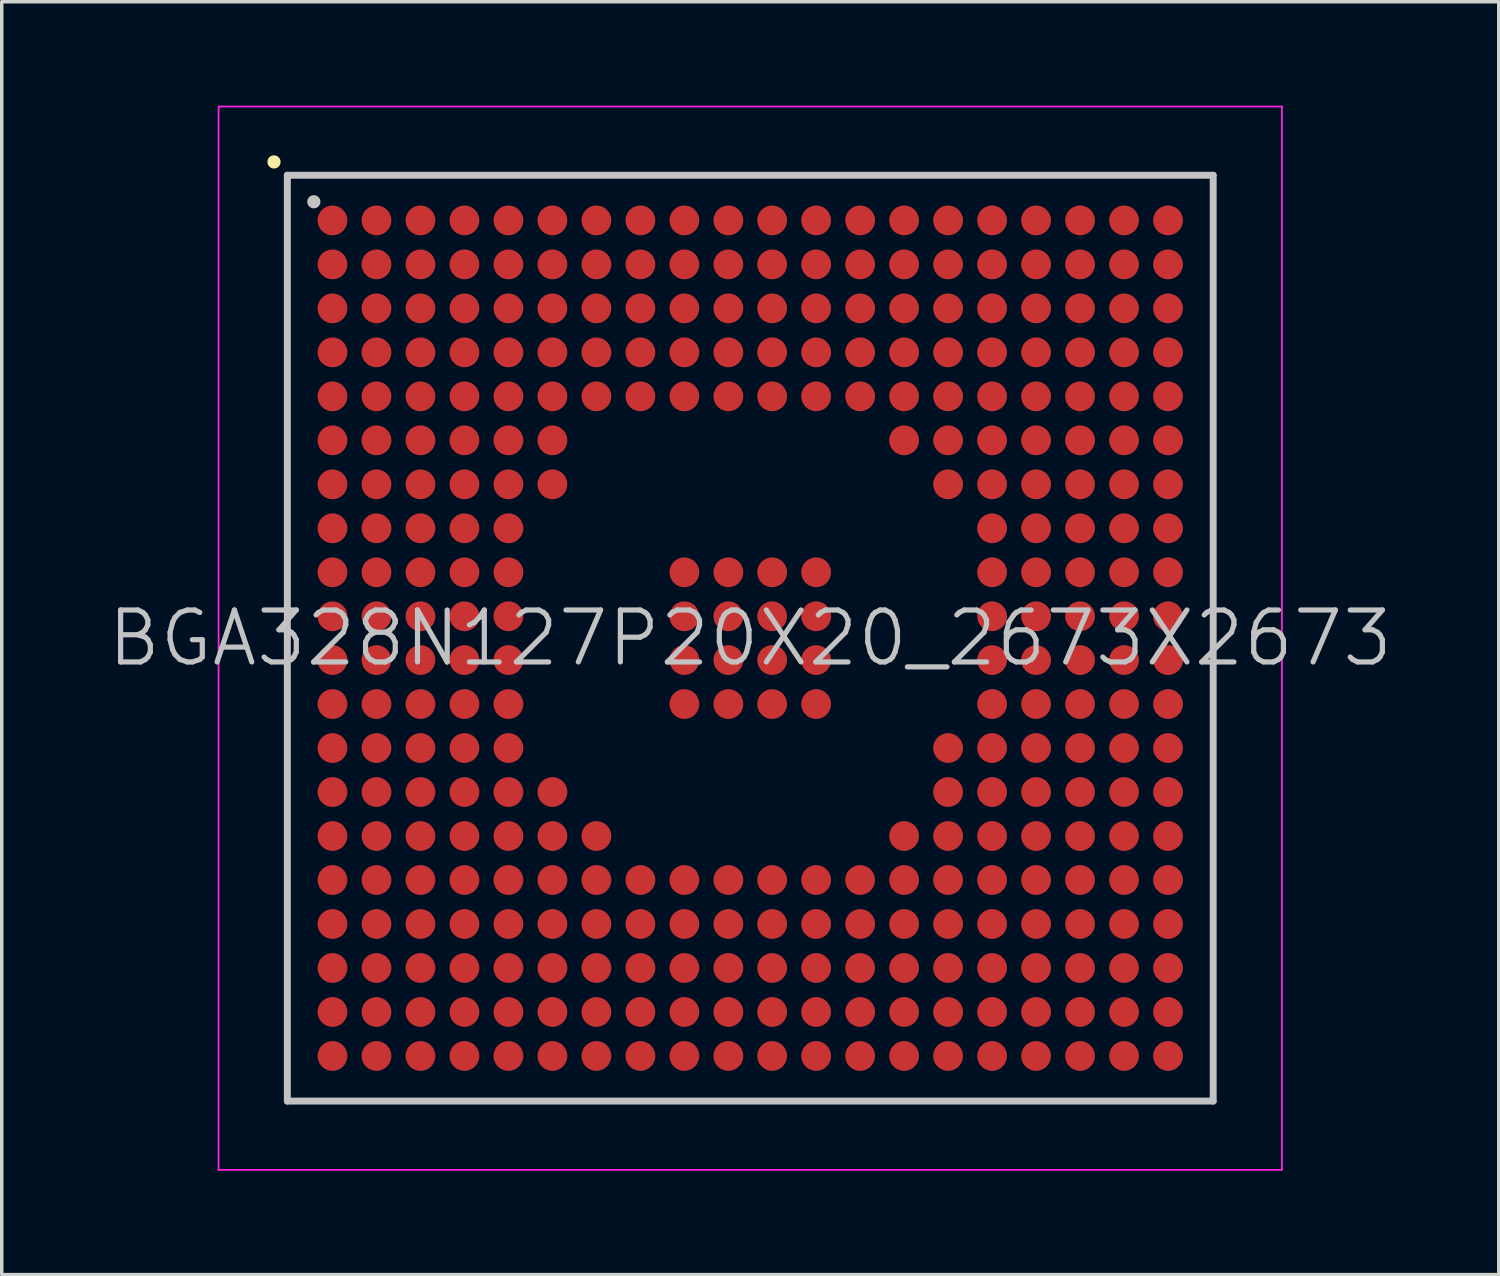
<source format=kicad_pcb>
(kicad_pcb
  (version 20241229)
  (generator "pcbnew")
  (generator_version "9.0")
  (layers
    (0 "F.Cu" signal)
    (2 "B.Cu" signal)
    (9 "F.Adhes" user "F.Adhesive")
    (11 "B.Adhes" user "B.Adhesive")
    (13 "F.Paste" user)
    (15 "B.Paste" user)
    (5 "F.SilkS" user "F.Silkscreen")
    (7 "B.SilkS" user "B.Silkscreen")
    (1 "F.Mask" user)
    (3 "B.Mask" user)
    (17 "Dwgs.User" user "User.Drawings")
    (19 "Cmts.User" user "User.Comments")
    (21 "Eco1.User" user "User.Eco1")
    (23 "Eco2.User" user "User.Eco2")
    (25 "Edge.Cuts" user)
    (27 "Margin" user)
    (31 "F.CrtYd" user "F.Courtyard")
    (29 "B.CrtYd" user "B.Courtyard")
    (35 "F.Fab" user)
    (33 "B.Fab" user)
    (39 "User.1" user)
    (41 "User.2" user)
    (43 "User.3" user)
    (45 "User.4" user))
  (footprint "BGA328N127P20X20_2673X2673"
    (layer "F.Cu")
    (at 18.611 15.375)
    (property "Reference" "BGA328N127P20X20_2673X2673" (at 0 0 0) (layer "Dwgs.User") (effects (font (size 1.5 1.5) (thickness 0.15))))
    (attr smd)
    (fp_line (start -13.75 -13.75) (end -13.75 -13.75) (stroke (width 0.381) (type solid)) (layer "F.SilkS"))
    (fp_line (start -13.365 -13.365) (end -13.365 13.365) (stroke (width 0.2) (type solid)) (layer "Dwgs.User"))
    (fp_line (start -13.365 -13.365) (end 13.365 -13.365) (stroke (width 0.2) (type solid)) (layer "Dwgs.User"))
    (fp_line (start -13.365 13.365) (end 13.365 13.365) (stroke (width 0.2) (type solid)) (layer "Dwgs.User"))
    (fp_line (start -12.6 -12.6) (end -12.6 -12.6) (stroke (width 0.381) (type solid)) (layer "Dwgs.User"))
    (fp_line (start 13.365 -13.365) (end 13.365 13.365) (stroke (width 0.2) (type solid)) (layer "Dwgs.User"))
    (fp_line (start -15.35 -15.35) (end -15.35 15.35) (stroke (width 0.05) (type solid)) (layer "F.CrtYd"))
    (fp_line (start -15.35 -15.35) (end 15.35 -15.35) (stroke (width 0.05) (type solid)) (layer "F.CrtYd"))
    (fp_line (start -15.35 15.35) (end 15.35 15.35) (stroke (width 0.05) (type solid)) (layer "F.CrtYd"))
    (fp_line (start 15.35 -15.35) (end 15.35 15.35) (stroke (width 0.05) (type solid)) (layer "F.CrtYd"))
    (pad "A1" smd circle (at -12.062 -12.062 270) (size 0.86 0.86) (layers "F.Cu" "F.Mask" "F.Paste"))
    (pad "A2" smd circle (at -10.792 -12.062 270) (size 0.86 0.86) (layers "F.Cu" "F.Mask" "F.Paste"))
    (pad "A3" smd circle (at -9.522 -12.062 270) (size 0.86 0.86) (layers "F.Cu" "F.Mask" "F.Paste"))
    (pad "A4" smd circle (at -8.252 -12.062 270) (size 0.86 0.86) (layers "F.Cu" "F.Mask" "F.Paste"))
    (pad "A5" smd circle (at -6.982 -12.062 270) (size 0.86 0.86) (layers "F.Cu" "F.Mask" "F.Paste"))
    (pad "A6" smd circle (at -5.712 -12.062 270) (size 0.86 0.86) (layers "F.Cu" "F.Mask" "F.Paste"))
    (pad "A7" smd circle (at -4.442 -12.062 270) (size 0.86 0.86) (layers "F.Cu" "F.Mask" "F.Paste"))
    (pad "A8" smd circle (at -3.172 -12.062 270) (size 0.86 0.86) (layers "F.Cu" "F.Mask" "F.Paste"))
    (pad "A9" smd circle (at -1.902 -12.062 270) (size 0.86 0.86) (layers "F.Cu" "F.Mask" "F.Paste"))
    (pad "A10" smd circle (at -0.632 -12.062 270) (size 0.86 0.86) (layers "F.Cu" "F.Mask" "F.Paste"))
    (pad "A11" smd circle (at 0.632 -12.062 270) (size 0.86 0.86) (layers "F.Cu" "F.Mask" "F.Paste"))
    (pad "A12" smd circle (at 1.902 -12.062 270) (size 0.86 0.86) (layers "F.Cu" "F.Mask" "F.Paste"))
    (pad "A13" smd circle (at 3.172 -12.062 270) (size 0.86 0.86) (layers "F.Cu" "F.Mask" "F.Paste"))
    (pad "A14" smd circle (at 4.442 -12.062 270) (size 0.86 0.86) (layers "F.Cu" "F.Mask" "F.Paste"))
    (pad "A15" smd circle (at 5.712 -12.062 270) (size 0.86 0.86) (layers "F.Cu" "F.Mask" "F.Paste"))
    (pad "A16" smd circle (at 6.982 -12.062 270) (size 0.86 0.86) (layers "F.Cu" "F.Mask" "F.Paste"))
    (pad "A17" smd circle (at 8.252 -12.062 270) (size 0.86 0.86) (layers "F.Cu" "F.Mask" "F.Paste"))
    (pad "A18" smd circle (at 9.522 -12.062 270) (size 0.86 0.86) (layers "F.Cu" "F.Mask" "F.Paste"))
    (pad "A19" smd circle (at 10.792 -12.062 270) (size 0.86 0.86) (layers "F.Cu" "F.Mask" "F.Paste"))
    (pad "A20" smd circle (at 12.062 -12.062 270) (size 0.86 0.86) (layers "F.Cu" "F.Mask" "F.Paste"))
    (pad "B1" smd circle (at -12.062 -10.792 270) (size 0.86 0.86) (layers "F.Cu" "F.Mask" "F.Paste"))
    (pad "B2" smd circle (at -10.792 -10.792 270) (size 0.86 0.86) (layers "F.Cu" "F.Mask" "F.Paste"))
    (pad "B3" smd circle (at -9.522 -10.792 270) (size 0.86 0.86) (layers "F.Cu" "F.Mask" "F.Paste"))
    (pad "B4" smd circle (at -8.252 -10.792 270) (size 0.86 0.86) (layers "F.Cu" "F.Mask" "F.Paste"))
    (pad "B5" smd circle (at -6.982 -10.792 270) (size 0.86 0.86) (layers "F.Cu" "F.Mask" "F.Paste"))
    (pad "B6" smd circle (at -5.712 -10.792 270) (size 0.86 0.86) (layers "F.Cu" "F.Mask" "F.Paste"))
    (pad "B7" smd circle (at -4.442 -10.792 270) (size 0.86 0.86) (layers "F.Cu" "F.Mask" "F.Paste"))
    (pad "B8" smd circle (at -3.172 -10.792 270) (size 0.86 0.86) (layers "F.Cu" "F.Mask" "F.Paste"))
    (pad "B9" smd circle (at -1.902 -10.792 270) (size 0.86 0.86) (layers "F.Cu" "F.Mask" "F.Paste"))
    (pad "B10" smd circle (at -0.632 -10.792 270) (size 0.86 0.86) (layers "F.Cu" "F.Mask" "F.Paste"))
    (pad "B11" smd circle (at 0.632 -10.792 270) (size 0.86 0.86) (layers "F.Cu" "F.Mask" "F.Paste"))
    (pad "B12" smd circle (at 1.902 -10.792 270) (size 0.86 0.86) (layers "F.Cu" "F.Mask" "F.Paste"))
    (pad "B13" smd circle (at 3.172 -10.792 270) (size 0.86 0.86) (layers "F.Cu" "F.Mask" "F.Paste"))
    (pad "B14" smd circle (at 4.442 -10.792 270) (size 0.86 0.86) (layers "F.Cu" "F.Mask" "F.Paste"))
    (pad "B15" smd circle (at 5.712 -10.792 270) (size 0.86 0.86) (layers "F.Cu" "F.Mask" "F.Paste"))
    (pad "B16" smd circle (at 6.982 -10.792 270) (size 0.86 0.86) (layers "F.Cu" "F.Mask" "F.Paste"))
    (pad "B17" smd circle (at 8.252 -10.792 270) (size 0.86 0.86) (layers "F.Cu" "F.Mask" "F.Paste"))
    (pad "B18" smd circle (at 9.522 -10.792 270) (size 0.86 0.86) (layers "F.Cu" "F.Mask" "F.Paste"))
    (pad "B19" smd circle (at 10.792 -10.792 270) (size 0.86 0.86) (layers "F.Cu" "F.Mask" "F.Paste"))
    (pad "B20" smd circle (at 12.062 -10.792 270) (size 0.86 0.86) (layers "F.Cu" "F.Mask" "F.Paste"))
    (pad "C1" smd circle (at -12.062 -9.522 270) (size 0.86 0.86) (layers "F.Cu" "F.Mask" "F.Paste"))
    (pad "C2" smd circle (at -10.792 -9.522 270) (size 0.86 0.86) (layers "F.Cu" "F.Mask" "F.Paste"))
    (pad "C3" smd circle (at -9.522 -9.522 270) (size 0.86 0.86) (layers "F.Cu" "F.Mask" "F.Paste"))
    (pad "C4" smd circle (at -8.252 -9.522 270) (size 0.86 0.86) (layers "F.Cu" "F.Mask" "F.Paste"))
    (pad "C5" smd circle (at -6.982 -9.522 270) (size 0.86 0.86) (layers "F.Cu" "F.Mask" "F.Paste"))
    (pad "C6" smd circle (at -5.712 -9.522 270) (size 0.86 0.86) (layers "F.Cu" "F.Mask" "F.Paste"))
    (pad "C7" smd circle (at -4.442 -9.522 270) (size 0.86 0.86) (layers "F.Cu" "F.Mask" "F.Paste"))
    (pad "C8" smd circle (at -3.172 -9.522 270) (size 0.86 0.86) (layers "F.Cu" "F.Mask" "F.Paste"))
    (pad "C9" smd circle (at -1.902 -9.522 270) (size 0.86 0.86) (layers "F.Cu" "F.Mask" "F.Paste"))
    (pad "C10" smd circle (at -0.632 -9.522 270) (size 0.86 0.86) (layers "F.Cu" "F.Mask" "F.Paste"))
    (pad "C11" smd circle (at 0.632 -9.522 270) (size 0.86 0.86) (layers "F.Cu" "F.Mask" "F.Paste"))
    (pad "C12" smd circle (at 1.902 -9.522 270) (size 0.86 0.86) (layers "F.Cu" "F.Mask" "F.Paste"))
    (pad "C13" smd circle (at 3.172 -9.522 270) (size 0.86 0.86) (layers "F.Cu" "F.Mask" "F.Paste"))
    (pad "C14" smd circle (at 4.442 -9.522 270) (size 0.86 0.86) (layers "F.Cu" "F.Mask" "F.Paste"))
    (pad "C15" smd circle (at 5.712 -9.522 270) (size 0.86 0.86) (layers "F.Cu" "F.Mask" "F.Paste"))
    (pad "C16" smd circle (at 6.982 -9.522 270) (size 0.86 0.86) (layers "F.Cu" "F.Mask" "F.Paste"))
    (pad "C17" smd circle (at 8.252 -9.522 270) (size 0.86 0.86) (layers "F.Cu" "F.Mask" "F.Paste"))
    (pad "C18" smd circle (at 9.522 -9.522 270) (size 0.86 0.86) (layers "F.Cu" "F.Mask" "F.Paste"))
    (pad "C19" smd circle (at 10.792 -9.522 270) (size 0.86 0.86) (layers "F.Cu" "F.Mask" "F.Paste"))
    (pad "C20" smd circle (at 12.062 -9.522 270) (size 0.86 0.86) (layers "F.Cu" "F.Mask" "F.Paste"))
    (pad "D1" smd circle (at -12.062 -8.252 270) (size 0.86 0.86) (layers "F.Cu" "F.Mask" "F.Paste"))
    (pad "D2" smd circle (at -10.792 -8.252 270) (size 0.86 0.86) (layers "F.Cu" "F.Mask" "F.Paste"))
    (pad "D3" smd circle (at -9.522 -8.252 270) (size 0.86 0.86) (layers "F.Cu" "F.Mask" "F.Paste"))
    (pad "D4" smd circle (at -8.252 -8.252 270) (size 0.86 0.86) (layers "F.Cu" "F.Mask" "F.Paste"))
    (pad "D5" smd circle (at -6.982 -8.252 270) (size 0.86 0.86) (layers "F.Cu" "F.Mask" "F.Paste"))
    (pad "D6" smd circle (at -5.712 -8.252 270) (size 0.86 0.86) (layers "F.Cu" "F.Mask" "F.Paste"))
    (pad "D7" smd circle (at -4.442 -8.252 270) (size 0.86 0.86) (layers "F.Cu" "F.Mask" "F.Paste"))
    (pad "D8" smd circle (at -3.172 -8.252 270) (size 0.86 0.86) (layers "F.Cu" "F.Mask" "F.Paste"))
    (pad "D9" smd circle (at -1.902 -8.252 270) (size 0.86 0.86) (layers "F.Cu" "F.Mask" "F.Paste"))
    (pad "D10" smd circle (at -0.632 -8.252 270) (size 0.86 0.86) (layers "F.Cu" "F.Mask" "F.Paste"))
    (pad "D11" smd circle (at 0.632 -8.252 270) (size 0.86 0.86) (layers "F.Cu" "F.Mask" "F.Paste"))
    (pad "D12" smd circle (at 1.902 -8.252 270) (size 0.86 0.86) (layers "F.Cu" "F.Mask" "F.Paste"))
    (pad "D13" smd circle (at 3.172 -8.252 270) (size 0.86 0.86) (layers "F.Cu" "F.Mask" "F.Paste"))
    (pad "D14" smd circle (at 4.442 -8.252 270) (size 0.86 0.86) (layers "F.Cu" "F.Mask" "F.Paste"))
    (pad "D15" smd circle (at 5.712 -8.252 270) (size 0.86 0.86) (layers "F.Cu" "F.Mask" "F.Paste"))
    (pad "D16" smd circle (at 6.982 -8.252 270) (size 0.86 0.86) (layers "F.Cu" "F.Mask" "F.Paste"))
    (pad "D17" smd circle (at 8.252 -8.252 270) (size 0.86 0.86) (layers "F.Cu" "F.Mask" "F.Paste"))
    (pad "D18" smd circle (at 9.522 -8.252 270) (size 0.86 0.86) (layers "F.Cu" "F.Mask" "F.Paste"))
    (pad "D19" smd circle (at 10.792 -8.252 270) (size 0.86 0.86) (layers "F.Cu" "F.Mask" "F.Paste"))
    (pad "D20" smd circle (at 12.062 -8.252 270) (size 0.86 0.86) (layers "F.Cu" "F.Mask" "F.Paste"))
    (pad "E1" smd circle (at -12.062 -6.982 270) (size 0.86 0.86) (layers "F.Cu" "F.Mask" "F.Paste"))
    (pad "E2" smd circle (at -10.792 -6.982 270) (size 0.86 0.86) (layers "F.Cu" "F.Mask" "F.Paste"))
    (pad "E3" smd circle (at -9.522 -6.982 270) (size 0.86 0.86) (layers "F.Cu" "F.Mask" "F.Paste"))
    (pad "E4" smd circle (at -8.252 -6.982 270) (size 0.86 0.86) (layers "F.Cu" "F.Mask" "F.Paste"))
    (pad "E5" smd circle (at -6.982 -6.982 270) (size 0.86 0.86) (layers "F.Cu" "F.Mask" "F.Paste"))
    (pad "E6" smd circle (at -5.712 -6.982 270) (size 0.86 0.86) (layers "F.Cu" "F.Mask" "F.Paste"))
    (pad "E7" smd circle (at -4.442 -6.982 270) (size 0.86 0.86) (layers "F.Cu" "F.Mask" "F.Paste"))
    (pad "E8" smd circle (at -3.172 -6.982 270) (size 0.86 0.86) (layers "F.Cu" "F.Mask" "F.Paste"))
    (pad "E9" smd circle (at -1.902 -6.982 270) (size 0.86 0.86) (layers "F.Cu" "F.Mask" "F.Paste"))
    (pad "E10" smd circle (at -0.632 -6.982 270) (size 0.86 0.86) (layers "F.Cu" "F.Mask" "F.Paste"))
    (pad "E11" smd circle (at 0.632 -6.982 270) (size 0.86 0.86) (layers "F.Cu" "F.Mask" "F.Paste"))
    (pad "E12" smd circle (at 1.902 -6.982 270) (size 0.86 0.86) (layers "F.Cu" "F.Mask" "F.Paste"))
    (pad "E13" smd circle (at 3.172 -6.982 270) (size 0.86 0.86) (layers "F.Cu" "F.Mask" "F.Paste"))
    (pad "E14" smd circle (at 4.442 -6.982 270) (size 0.86 0.86) (layers "F.Cu" "F.Mask" "F.Paste"))
    (pad "E15" smd circle (at 5.712 -6.982 270) (size 0.86 0.86) (layers "F.Cu" "F.Mask" "F.Paste"))
    (pad "E16" smd circle (at 6.982 -6.982 270) (size 0.86 0.86) (layers "F.Cu" "F.Mask" "F.Paste"))
    (pad "E17" smd circle (at 8.252 -6.982 270) (size 0.86 0.86) (layers "F.Cu" "F.Mask" "F.Paste"))
    (pad "E18" smd circle (at 9.522 -6.982 270) (size 0.86 0.86) (layers "F.Cu" "F.Mask" "F.Paste"))
    (pad "E19" smd circle (at 10.792 -6.982 270) (size 0.86 0.86) (layers "F.Cu" "F.Mask" "F.Paste"))
    (pad "E20" smd circle (at 12.062 -6.982 270) (size 0.86 0.86) (layers "F.Cu" "F.Mask" "F.Paste"))
    (pad "F1" smd circle (at -12.062 -5.712 270) (size 0.86 0.86) (layers "F.Cu" "F.Mask" "F.Paste"))
    (pad "F2" smd circle (at -10.792 -5.712 270) (size 0.86 0.86) (layers "F.Cu" "F.Mask" "F.Paste"))
    (pad "F3" smd circle (at -9.522 -5.712 270) (size 0.86 0.86) (layers "F.Cu" "F.Mask" "F.Paste"))
    (pad "F4" smd circle (at -8.252 -5.712 270) (size 0.86 0.86) (layers "F.Cu" "F.Mask" "F.Paste"))
    (pad "F5" smd circle (at -6.982 -5.712 270) (size 0.86 0.86) (layers "F.Cu" "F.Mask" "F.Paste"))
    (pad "F6" smd circle (at -5.712 -5.712 270) (size 0.86 0.86) (layers "F.Cu" "F.Mask" "F.Paste"))
    (pad "F14" smd circle (at 4.442 -5.712 270) (size 0.86 0.86) (layers "F.Cu" "F.Mask" "F.Paste"))
    (pad "F15" smd circle (at 5.712 -5.712 270) (size 0.86 0.86) (layers "F.Cu" "F.Mask" "F.Paste"))
    (pad "F16" smd circle (at 6.982 -5.712 270) (size 0.86 0.86) (layers "F.Cu" "F.Mask" "F.Paste"))
    (pad "F17" smd circle (at 8.252 -5.712 270) (size 0.86 0.86) (layers "F.Cu" "F.Mask" "F.Paste"))
    (pad "F18" smd circle (at 9.522 -5.712 270) (size 0.86 0.86) (layers "F.Cu" "F.Mask" "F.Paste"))
    (pad "F19" smd circle (at 10.792 -5.712 270) (size 0.86 0.86) (layers "F.Cu" "F.Mask" "F.Paste"))
    (pad "F20" smd circle (at 12.062 -5.712 270) (size 0.86 0.86) (layers "F.Cu" "F.Mask" "F.Paste"))
    (pad "G1" smd circle (at -12.062 -4.442 270) (size 0.86 0.86) (layers "F.Cu" "F.Mask" "F.Paste"))
    (pad "G2" smd circle (at -10.792 -4.442 270) (size 0.86 0.86) (layers "F.Cu" "F.Mask" "F.Paste"))
    (pad "G3" smd circle (at -9.522 -4.442 270) (size 0.86 0.86) (layers "F.Cu" "F.Mask" "F.Paste"))
    (pad "G4" smd circle (at -8.252 -4.442 270) (size 0.86 0.86) (layers "F.Cu" "F.Mask" "F.Paste"))
    (pad "G5" smd circle (at -6.982 -4.442 270) (size 0.86 0.86) (layers "F.Cu" "F.Mask" "F.Paste"))
    (pad "G6" smd circle (at -5.712 -4.442 270) (size 0.86 0.86) (layers "F.Cu" "F.Mask" "F.Paste"))
    (pad "G15" smd circle (at 5.712 -4.442 270) (size 0.86 0.86) (layers "F.Cu" "F.Mask" "F.Paste"))
    (pad "G16" smd circle (at 6.982 -4.442 270) (size 0.86 0.86) (layers "F.Cu" "F.Mask" "F.Paste"))
    (pad "G17" smd circle (at 8.252 -4.442 270) (size 0.86 0.86) (layers "F.Cu" "F.Mask" "F.Paste"))
    (pad "G18" smd circle (at 9.522 -4.442 270) (size 0.86 0.86) (layers "F.Cu" "F.Mask" "F.Paste"))
    (pad "G19" smd circle (at 10.792 -4.442 270) (size 0.86 0.86) (layers "F.Cu" "F.Mask" "F.Paste"))
    (pad "G20" smd circle (at 12.062 -4.442 270) (size 0.86 0.86) (layers "F.Cu" "F.Mask" "F.Paste"))
    (pad "H1" smd circle (at -12.062 -3.172 270) (size 0.86 0.86) (layers "F.Cu" "F.Mask" "F.Paste"))
    (pad "H2" smd circle (at -10.792 -3.172 270) (size 0.86 0.86) (layers "F.Cu" "F.Mask" "F.Paste"))
    (pad "H3" smd circle (at -9.522 -3.172 270) (size 0.86 0.86) (layers "F.Cu" "F.Mask" "F.Paste"))
    (pad "H4" smd circle (at -8.252 -3.172 270) (size 0.86 0.86) (layers "F.Cu" "F.Mask" "F.Paste"))
    (pad "H5" smd circle (at -6.982 -3.172 270) (size 0.86 0.86) (layers "F.Cu" "F.Mask" "F.Paste"))
    (pad "H16" smd circle (at 6.982 -3.172 270) (size 0.86 0.86) (layers "F.Cu" "F.Mask" "F.Paste"))
    (pad "H17" smd circle (at 8.252 -3.172 270) (size 0.86 0.86) (layers "F.Cu" "F.Mask" "F.Paste"))
    (pad "H18" smd circle (at 9.522 -3.172 270) (size 0.86 0.86) (layers "F.Cu" "F.Mask" "F.Paste"))
    (pad "H19" smd circle (at 10.792 -3.172 270) (size 0.86 0.86) (layers "F.Cu" "F.Mask" "F.Paste"))
    (pad "H20" smd circle (at 12.062 -3.172 270) (size 0.86 0.86) (layers "F.Cu" "F.Mask" "F.Paste"))
    (pad "J1" smd circle (at -12.062 -1.902 270) (size 0.86 0.86) (layers "F.Cu" "F.Mask" "F.Paste"))
    (pad "J2" smd circle (at -10.792 -1.902 270) (size 0.86 0.86) (layers "F.Cu" "F.Mask" "F.Paste"))
    (pad "J3" smd circle (at -9.522 -1.902 270) (size 0.86 0.86) (layers "F.Cu" "F.Mask" "F.Paste"))
    (pad "J4" smd circle (at -8.252 -1.902 270) (size 0.86 0.86) (layers "F.Cu" "F.Mask" "F.Paste"))
    (pad "J5" smd circle (at -6.982 -1.902 270) (size 0.86 0.86) (layers "F.Cu" "F.Mask" "F.Paste"))
    (pad "J9" smd circle (at -1.902 -1.902 270) (size 0.86 0.86) (layers "F.Cu" "F.Mask" "F.Paste"))
    (pad "J10" smd circle (at -0.632 -1.902 270) (size 0.86 0.86) (layers "F.Cu" "F.Mask" "F.Paste"))
    (pad "J11" smd circle (at 0.632 -1.902 270) (size 0.86 0.86) (layers "F.Cu" "F.Mask" "F.Paste"))
    (pad "J12" smd circle (at 1.902 -1.902 270) (size 0.86 0.86) (layers "F.Cu" "F.Mask" "F.Paste"))
    (pad "J16" smd circle (at 6.982 -1.902 270) (size 0.86 0.86) (layers "F.Cu" "F.Mask" "F.Paste"))
    (pad "J17" smd circle (at 8.252 -1.902 270) (size 0.86 0.86) (layers "F.Cu" "F.Mask" "F.Paste"))
    (pad "J18" smd circle (at 9.522 -1.902 270) (size 0.86 0.86) (layers "F.Cu" "F.Mask" "F.Paste"))
    (pad "J19" smd circle (at 10.792 -1.902 270) (size 0.86 0.86) (layers "F.Cu" "F.Mask" "F.Paste"))
    (pad "J20" smd circle (at 12.062 -1.902 270) (size 0.86 0.86) (layers "F.Cu" "F.Mask" "F.Paste"))
    (pad "K1" smd circle (at -12.062 -0.632 270) (size 0.86 0.86) (layers "F.Cu" "F.Mask" "F.Paste"))
    (pad "K2" smd circle (at -10.792 -0.632 270) (size 0.86 0.86) (layers "F.Cu" "F.Mask" "F.Paste"))
    (pad "K3" smd circle (at -9.522 -0.632 270) (size 0.86 0.86) (layers "F.Cu" "F.Mask" "F.Paste"))
    (pad "K4" smd circle (at -8.252 -0.632 270) (size 0.86 0.86) (layers "F.Cu" "F.Mask" "F.Paste"))
    (pad "K5" smd circle (at -6.982 -0.632 270) (size 0.86 0.86) (layers "F.Cu" "F.Mask" "F.Paste"))
    (pad "K9" smd circle (at -1.902 -0.632 270) (size 0.86 0.86) (layers "F.Cu" "F.Mask" "F.Paste"))
    (pad "K10" smd circle (at -0.632 -0.632 270) (size 0.86 0.86) (layers "F.Cu" "F.Mask" "F.Paste"))
    (pad "K11" smd circle (at 0.632 -0.632 270) (size 0.86 0.86) (layers "F.Cu" "F.Mask" "F.Paste"))
    (pad "K12" smd circle (at 1.902 -0.632 270) (size 0.86 0.86) (layers "F.Cu" "F.Mask" "F.Paste"))
    (pad "K16" smd circle (at 6.982 -0.632 270) (size 0.86 0.86) (layers "F.Cu" "F.Mask" "F.Paste"))
    (pad "K17" smd circle (at 8.252 -0.632 270) (size 0.86 0.86) (layers "F.Cu" "F.Mask" "F.Paste"))
    (pad "K18" smd circle (at 9.522 -0.632 270) (size 0.86 0.86) (layers "F.Cu" "F.Mask" "F.Paste"))
    (pad "K19" smd circle (at 10.792 -0.632 270) (size 0.86 0.86) (layers "F.Cu" "F.Mask" "F.Paste"))
    (pad "K20" smd circle (at 12.062 -0.632 270) (size 0.86 0.86) (layers "F.Cu" "F.Mask" "F.Paste"))
    (pad "L1" smd circle (at -12.062 0.632 270) (size 0.86 0.86) (layers "F.Cu" "F.Mask" "F.Paste"))
    (pad "L2" smd circle (at -10.792 0.632 270) (size 0.86 0.86) (layers "F.Cu" "F.Mask" "F.Paste"))
    (pad "L3" smd circle (at -9.522 0.632 270) (size 0.86 0.86) (layers "F.Cu" "F.Mask" "F.Paste"))
    (pad "L4" smd circle (at -8.252 0.632 270) (size 0.86 0.86) (layers "F.Cu" "F.Mask" "F.Paste"))
    (pad "L5" smd circle (at -6.982 0.632 270) (size 0.86 0.86) (layers "F.Cu" "F.Mask" "F.Paste"))
    (pad "L9" smd circle (at -1.902 0.632 270) (size 0.86 0.86) (layers "F.Cu" "F.Mask" "F.Paste"))
    (pad "L10" smd circle (at -0.632 0.632 270) (size 0.86 0.86) (layers "F.Cu" "F.Mask" "F.Paste"))
    (pad "L11" smd circle (at 0.632 0.632 270) (size 0.86 0.86) (layers "F.Cu" "F.Mask" "F.Paste"))
    (pad "L12" smd circle (at 1.902 0.632 270) (size 0.86 0.86) (layers "F.Cu" "F.Mask" "F.Paste"))
    (pad "L16" smd circle (at 6.982 0.632 270) (size 0.86 0.86) (layers "F.Cu" "F.Mask" "F.Paste"))
    (pad "L17" smd circle (at 8.252 0.632 270) (size 0.86 0.86) (layers "F.Cu" "F.Mask" "F.Paste"))
    (pad "L18" smd circle (at 9.522 0.632 270) (size 0.86 0.86) (layers "F.Cu" "F.Mask" "F.Paste"))
    (pad "L19" smd circle (at 10.792 0.632 270) (size 0.86 0.86) (layers "F.Cu" "F.Mask" "F.Paste"))
    (pad "L20" smd circle (at 12.062 0.632 270) (size 0.86 0.86) (layers "F.Cu" "F.Mask" "F.Paste"))
    (pad "M1" smd circle (at -12.062 1.902 270) (size 0.86 0.86) (layers "F.Cu" "F.Mask" "F.Paste"))
    (pad "M2" smd circle (at -10.792 1.902 270) (size 0.86 0.86) (layers "F.Cu" "F.Mask" "F.Paste"))
    (pad "M3" smd circle (at -9.522 1.902 270) (size 0.86 0.86) (layers "F.Cu" "F.Mask" "F.Paste"))
    (pad "M4" smd circle (at -8.252 1.902 270) (size 0.86 0.86) (layers "F.Cu" "F.Mask" "F.Paste"))
    (pad "M5" smd circle (at -6.982 1.902 270) (size 0.86 0.86) (layers "F.Cu" "F.Mask" "F.Paste"))
    (pad "M9" smd circle (at -1.902 1.902 270) (size 0.86 0.86) (layers "F.Cu" "F.Mask" "F.Paste"))
    (pad "M10" smd circle (at -0.632 1.902 270) (size 0.86 0.86) (layers "F.Cu" "F.Mask" "F.Paste"))
    (pad "M11" smd circle (at 0.632 1.902 270) (size 0.86 0.86) (layers "F.Cu" "F.Mask" "F.Paste"))
    (pad "M12" smd circle (at 1.902 1.902 270) (size 0.86 0.86) (layers "F.Cu" "F.Mask" "F.Paste"))
    (pad "M16" smd circle (at 6.982 1.902 270) (size 0.86 0.86) (layers "F.Cu" "F.Mask" "F.Paste"))
    (pad "M17" smd circle (at 8.252 1.902 270) (size 0.86 0.86) (layers "F.Cu" "F.Mask" "F.Paste"))
    (pad "M18" smd circle (at 9.522 1.902 270) (size 0.86 0.86) (layers "F.Cu" "F.Mask" "F.Paste"))
    (pad "M19" smd circle (at 10.792 1.902 270) (size 0.86 0.86) (layers "F.Cu" "F.Mask" "F.Paste"))
    (pad "M20" smd circle (at 12.062 1.902 270) (size 0.86 0.86) (layers "F.Cu" "F.Mask" "F.Paste"))
    (pad "N1" smd circle (at -12.062 3.172 270) (size 0.86 0.86) (layers "F.Cu" "F.Mask" "F.Paste"))
    (pad "N2" smd circle (at -10.792 3.172 270) (size 0.86 0.86) (layers "F.Cu" "F.Mask" "F.Paste"))
    (pad "N3" smd circle (at -9.522 3.172 270) (size 0.86 0.86) (layers "F.Cu" "F.Mask" "F.Paste"))
    (pad "N4" smd circle (at -8.252 3.172 270) (size 0.86 0.86) (layers "F.Cu" "F.Mask" "F.Paste"))
    (pad "N5" smd circle (at -6.982 3.172 270) (size 0.86 0.86) (layers "F.Cu" "F.Mask" "F.Paste"))
    (pad "N15" smd circle (at 5.712 3.172 270) (size 0.86 0.86) (layers "F.Cu" "F.Mask" "F.Paste"))
    (pad "N16" smd circle (at 6.982 3.172 270) (size 0.86 0.86) (layers "F.Cu" "F.Mask" "F.Paste"))
    (pad "N17" smd circle (at 8.252 3.172 270) (size 0.86 0.86) (layers "F.Cu" "F.Mask" "F.Paste"))
    (pad "N18" smd circle (at 9.522 3.172 270) (size 0.86 0.86) (layers "F.Cu" "F.Mask" "F.Paste"))
    (pad "N19" smd circle (at 10.792 3.172 270) (size 0.86 0.86) (layers "F.Cu" "F.Mask" "F.Paste"))
    (pad "N20" smd circle (at 12.062 3.172 270) (size 0.86 0.86) (layers "F.Cu" "F.Mask" "F.Paste"))
    (pad "P1" smd circle (at -12.062 4.442 270) (size 0.86 0.86) (layers "F.Cu" "F.Mask" "F.Paste"))
    (pad "P2" smd circle (at -10.792 4.442 270) (size 0.86 0.86) (layers "F.Cu" "F.Mask" "F.Paste"))
    (pad "P3" smd circle (at -9.522 4.442 270) (size 0.86 0.86) (layers "F.Cu" "F.Mask" "F.Paste"))
    (pad "P4" smd circle (at -8.252 4.442 270) (size 0.86 0.86) (layers "F.Cu" "F.Mask" "F.Paste"))
    (pad "P5" smd circle (at -6.982 4.442 270) (size 0.86 0.86) (layers "F.Cu" "F.Mask" "F.Paste"))
    (pad "P6" smd circle (at -5.712 4.442 270) (size 0.86 0.86) (layers "F.Cu" "F.Mask" "F.Paste"))
    (pad "P15" smd circle (at 5.712 4.442 270) (size 0.86 0.86) (layers "F.Cu" "F.Mask" "F.Paste"))
    (pad "P16" smd circle (at 6.982 4.442 270) (size 0.86 0.86) (layers "F.Cu" "F.Mask" "F.Paste"))
    (pad "P17" smd circle (at 8.252 4.442 270) (size 0.86 0.86) (layers "F.Cu" "F.Mask" "F.Paste"))
    (pad "P18" smd circle (at 9.522 4.442 270) (size 0.86 0.86) (layers "F.Cu" "F.Mask" "F.Paste"))
    (pad "P19" smd circle (at 10.792 4.442 270) (size 0.86 0.86) (layers "F.Cu" "F.Mask" "F.Paste"))
    (pad "P20" smd circle (at 12.062 4.442 270) (size 0.86 0.86) (layers "F.Cu" "F.Mask" "F.Paste"))
    (pad "R1" smd circle (at -12.062 5.712 270) (size 0.86 0.86) (layers "F.Cu" "F.Mask" "F.Paste"))
    (pad "R2" smd circle (at -10.792 5.712 270) (size 0.86 0.86) (layers "F.Cu" "F.Mask" "F.Paste"))
    (pad "R3" smd circle (at -9.522 5.712 270) (size 0.86 0.86) (layers "F.Cu" "F.Mask" "F.Paste"))
    (pad "R4" smd circle (at -8.252 5.712 270) (size 0.86 0.86) (layers "F.Cu" "F.Mask" "F.Paste"))
    (pad "R5" smd circle (at -6.982 5.712 270) (size 0.86 0.86) (layers "F.Cu" "F.Mask" "F.Paste"))
    (pad "R6" smd circle (at -5.712 5.712 270) (size 0.86 0.86) (layers "F.Cu" "F.Mask" "F.Paste"))
    (pad "R7" smd circle (at -4.442 5.712 270) (size 0.86 0.86) (layers "F.Cu" "F.Mask" "F.Paste"))
    (pad "R14" smd circle (at 4.442 5.712 270) (size 0.86 0.86) (layers "F.Cu" "F.Mask" "F.Paste"))
    (pad "R15" smd circle (at 5.712 5.712 270) (size 0.86 0.86) (layers "F.Cu" "F.Mask" "F.Paste"))
    (pad "R16" smd circle (at 6.982 5.712 270) (size 0.86 0.86) (layers "F.Cu" "F.Mask" "F.Paste"))
    (pad "R17" smd circle (at 8.252 5.712 270) (size 0.86 0.86) (layers "F.Cu" "F.Mask" "F.Paste"))
    (pad "R18" smd circle (at 9.522 5.712 270) (size 0.86 0.86) (layers "F.Cu" "F.Mask" "F.Paste"))
    (pad "R19" smd circle (at 10.792 5.712 270) (size 0.86 0.86) (layers "F.Cu" "F.Mask" "F.Paste"))
    (pad "R20" smd circle (at 12.062 5.712 270) (size 0.86 0.86) (layers "F.Cu" "F.Mask" "F.Paste"))
    (pad "T1" smd circle (at -12.062 6.982 270) (size 0.86 0.86) (layers "F.Cu" "F.Mask" "F.Paste"))
    (pad "T2" smd circle (at -10.792 6.982 270) (size 0.86 0.86) (layers "F.Cu" "F.Mask" "F.Paste"))
    (pad "T3" smd circle (at -9.522 6.982 270) (size 0.86 0.86) (layers "F.Cu" "F.Mask" "F.Paste"))
    (pad "T4" smd circle (at -8.252 6.982 270) (size 0.86 0.86) (layers "F.Cu" "F.Mask" "F.Paste"))
    (pad "T5" smd circle (at -6.982 6.982 270) (size 0.86 0.86) (layers "F.Cu" "F.Mask" "F.Paste"))
    (pad "T6" smd circle (at -5.712 6.982 270) (size 0.86 0.86) (layers "F.Cu" "F.Mask" "F.Paste"))
    (pad "T7" smd circle (at -4.442 6.982 270) (size 0.86 0.86) (layers "F.Cu" "F.Mask" "F.Paste"))
    (pad "T8" smd circle (at -3.172 6.982 270) (size 0.86 0.86) (layers "F.Cu" "F.Mask" "F.Paste"))
    (pad "T9" smd circle (at -1.902 6.982 270) (size 0.86 0.86) (layers "F.Cu" "F.Mask" "F.Paste"))
    (pad "T10" smd circle (at -0.632 6.982 270) (size 0.86 0.86) (layers "F.Cu" "F.Mask" "F.Paste"))
    (pad "T11" smd circle (at 0.632 6.982 270) (size 0.86 0.86) (layers "F.Cu" "F.Mask" "F.Paste"))
    (pad "T12" smd circle (at 1.902 6.982 270) (size 0.86 0.86) (layers "F.Cu" "F.Mask" "F.Paste"))
    (pad "T13" smd circle (at 3.172 6.982 270) (size 0.86 0.86) (layers "F.Cu" "F.Mask" "F.Paste"))
    (pad "T14" smd circle (at 4.442 6.982 270) (size 0.86 0.86) (layers "F.Cu" "F.Mask" "F.Paste"))
    (pad "T15" smd circle (at 5.712 6.982 270) (size 0.86 0.86) (layers "F.Cu" "F.Mask" "F.Paste"))
    (pad "T16" smd circle (at 6.982 6.982 270) (size 0.86 0.86) (layers "F.Cu" "F.Mask" "F.Paste"))
    (pad "T17" smd circle (at 8.252 6.982 270) (size 0.86 0.86) (layers "F.Cu" "F.Mask" "F.Paste"))
    (pad "T18" smd circle (at 9.522 6.982 270) (size 0.86 0.86) (layers "F.Cu" "F.Mask" "F.Paste"))
    (pad "T19" smd circle (at 10.792 6.982 270) (size 0.86 0.86) (layers "F.Cu" "F.Mask" "F.Paste"))
    (pad "T20" smd circle (at 12.062 6.982 270) (size 0.86 0.86) (layers "F.Cu" "F.Mask" "F.Paste"))
    (pad "U1" smd circle (at -12.062 8.252 270) (size 0.86 0.86) (layers "F.Cu" "F.Mask" "F.Paste"))
    (pad "U2" smd circle (at -10.792 8.252 270) (size 0.86 0.86) (layers "F.Cu" "F.Mask" "F.Paste"))
    (pad "U3" smd circle (at -9.522 8.252 270) (size 0.86 0.86) (layers "F.Cu" "F.Mask" "F.Paste"))
    (pad "U4" smd circle (at -8.252 8.252 270) (size 0.86 0.86) (layers "F.Cu" "F.Mask" "F.Paste"))
    (pad "U5" smd circle (at -6.982 8.252 270) (size 0.86 0.86) (layers "F.Cu" "F.Mask" "F.Paste"))
    (pad "U6" smd circle (at -5.712 8.252 270) (size 0.86 0.86) (layers "F.Cu" "F.Mask" "F.Paste"))
    (pad "U7" smd circle (at -4.442 8.252 270) (size 0.86 0.86) (layers "F.Cu" "F.Mask" "F.Paste"))
    (pad "U8" smd circle (at -3.172 8.252 270) (size 0.86 0.86) (layers "F.Cu" "F.Mask" "F.Paste"))
    (pad "U9" smd circle (at -1.902 8.252 270) (size 0.86 0.86) (layers "F.Cu" "F.Mask" "F.Paste"))
    (pad "U10" smd circle (at -0.632 8.252 270) (size 0.86 0.86) (layers "F.Cu" "F.Mask" "F.Paste"))
    (pad "U11" smd circle (at 0.632 8.252 270) (size 0.86 0.86) (layers "F.Cu" "F.Mask" "F.Paste"))
    (pad "U12" smd circle (at 1.902 8.252 270) (size 0.86 0.86) (layers "F.Cu" "F.Mask" "F.Paste"))
    (pad "U13" smd circle (at 3.172 8.252 270) (size 0.86 0.86) (layers "F.Cu" "F.Mask" "F.Paste"))
    (pad "U14" smd circle (at 4.442 8.252 270) (size 0.86 0.86) (layers "F.Cu" "F.Mask" "F.Paste"))
    (pad "U15" smd circle (at 5.712 8.252 270) (size 0.86 0.86) (layers "F.Cu" "F.Mask" "F.Paste"))
    (pad "U16" smd circle (at 6.982 8.252 270) (size 0.86 0.86) (layers "F.Cu" "F.Mask" "F.Paste"))
    (pad "U17" smd circle (at 8.252 8.252 270) (size 0.86 0.86) (layers "F.Cu" "F.Mask" "F.Paste"))
    (pad "U18" smd circle (at 9.522 8.252 270) (size 0.86 0.86) (layers "F.Cu" "F.Mask" "F.Paste"))
    (pad "U19" smd circle (at 10.792 8.252 270) (size 0.86 0.86) (layers "F.Cu" "F.Mask" "F.Paste"))
    (pad "U20" smd circle (at 12.062 8.252 270) (size 0.86 0.86) (layers "F.Cu" "F.Mask" "F.Paste"))
    (pad "V1" smd circle (at -12.062 9.522 270) (size 0.86 0.86) (layers "F.Cu" "F.Mask" "F.Paste"))
    (pad "V2" smd circle (at -10.792 9.522 270) (size 0.86 0.86) (layers "F.Cu" "F.Mask" "F.Paste"))
    (pad "V3" smd circle (at -9.522 9.522 270) (size 0.86 0.86) (layers "F.Cu" "F.Mask" "F.Paste"))
    (pad "V4" smd circle (at -8.252 9.522 270) (size 0.86 0.86) (layers "F.Cu" "F.Mask" "F.Paste"))
    (pad "V5" smd circle (at -6.982 9.522 270) (size 0.86 0.86) (layers "F.Cu" "F.Mask" "F.Paste"))
    (pad "V6" smd circle (at -5.712 9.522 270) (size 0.86 0.86) (layers "F.Cu" "F.Mask" "F.Paste"))
    (pad "V7" smd circle (at -4.442 9.522 270) (size 0.86 0.86) (layers "F.Cu" "F.Mask" "F.Paste"))
    (pad "V8" smd circle (at -3.172 9.522 270) (size 0.86 0.86) (layers "F.Cu" "F.Mask" "F.Paste"))
    (pad "V9" smd circle (at -1.902 9.522 270) (size 0.86 0.86) (layers "F.Cu" "F.Mask" "F.Paste"))
    (pad "V10" smd circle (at -0.632 9.522 270) (size 0.86 0.86) (layers "F.Cu" "F.Mask" "F.Paste"))
    (pad "V11" smd circle (at 0.632 9.522 270) (size 0.86 0.86) (layers "F.Cu" "F.Mask" "F.Paste"))
    (pad "V12" smd circle (at 1.902 9.522 270) (size 0.86 0.86) (layers "F.Cu" "F.Mask" "F.Paste"))
    (pad "V13" smd circle (at 3.172 9.522 270) (size 0.86 0.86) (layers "F.Cu" "F.Mask" "F.Paste"))
    (pad "V14" smd circle (at 4.442 9.522 270) (size 0.86 0.86) (layers "F.Cu" "F.Mask" "F.Paste"))
    (pad "V15" smd circle (at 5.712 9.522 270) (size 0.86 0.86) (layers "F.Cu" "F.Mask" "F.Paste"))
    (pad "V16" smd circle (at 6.982 9.522 270) (size 0.86 0.86) (layers "F.Cu" "F.Mask" "F.Paste"))
    (pad "V17" smd circle (at 8.252 9.522 270) (size 0.86 0.86) (layers "F.Cu" "F.Mask" "F.Paste"))
    (pad "V18" smd circle (at 9.522 9.522 270) (size 0.86 0.86) (layers "F.Cu" "F.Mask" "F.Paste"))
    (pad "V19" smd circle (at 10.792 9.522 270) (size 0.86 0.86) (layers "F.Cu" "F.Mask" "F.Paste"))
    (pad "V20" smd circle (at 12.062 9.522 270) (size 0.86 0.86) (layers "F.Cu" "F.Mask" "F.Paste"))
    (pad "W1" smd circle (at -12.062 10.792 270) (size 0.86 0.86) (layers "F.Cu" "F.Mask" "F.Paste"))
    (pad "W2" smd circle (at -10.792 10.792 270) (size 0.86 0.86) (layers "F.Cu" "F.Mask" "F.Paste"))
    (pad "W3" smd circle (at -9.522 10.792 270) (size 0.86 0.86) (layers "F.Cu" "F.Mask" "F.Paste"))
    (pad "W4" smd circle (at -8.252 10.792 270) (size 0.86 0.86) (layers "F.Cu" "F.Mask" "F.Paste"))
    (pad "W5" smd circle (at -6.982 10.792 270) (size 0.86 0.86) (layers "F.Cu" "F.Mask" "F.Paste"))
    (pad "W6" smd circle (at -5.712 10.792 270) (size 0.86 0.86) (layers "F.Cu" "F.Mask" "F.Paste"))
    (pad "W7" smd circle (at -4.442 10.792 270) (size 0.86 0.86) (layers "F.Cu" "F.Mask" "F.Paste"))
    (pad "W8" smd circle (at -3.172 10.792 270) (size 0.86 0.86) (layers "F.Cu" "F.Mask" "F.Paste"))
    (pad "W9" smd circle (at -1.902 10.792 270) (size 0.86 0.86) (layers "F.Cu" "F.Mask" "F.Paste"))
    (pad "W10" smd circle (at -0.632 10.792 270) (size 0.86 0.86) (layers "F.Cu" "F.Mask" "F.Paste"))
    (pad "W11" smd circle (at 0.632 10.792 270) (size 0.86 0.86) (layers "F.Cu" "F.Mask" "F.Paste"))
    (pad "W12" smd circle (at 1.902 10.792 270) (size 0.86 0.86) (layers "F.Cu" "F.Mask" "F.Paste"))
    (pad "W13" smd circle (at 3.172 10.792 270) (size 0.86 0.86) (layers "F.Cu" "F.Mask" "F.Paste"))
    (pad "W14" smd circle (at 4.442 10.792 270) (size 0.86 0.86) (layers "F.Cu" "F.Mask" "F.Paste"))
    (pad "W15" smd circle (at 5.712 10.792 270) (size 0.86 0.86) (layers "F.Cu" "F.Mask" "F.Paste"))
    (pad "W16" smd circle (at 6.982 10.792 270) (size 0.86 0.86) (layers "F.Cu" "F.Mask" "F.Paste"))
    (pad "W17" smd circle (at 8.252 10.792 270) (size 0.86 0.86) (layers "F.Cu" "F.Mask" "F.Paste"))
    (pad "W18" smd circle (at 9.522 10.792 270) (size 0.86 0.86) (layers "F.Cu" "F.Mask" "F.Paste"))
    (pad "W19" smd circle (at 10.792 10.792 270) (size 0.86 0.86) (layers "F.Cu" "F.Mask" "F.Paste"))
    (pad "W20" smd circle (at 12.062 10.792 270) (size 0.86 0.86) (layers "F.Cu" "F.Mask" "F.Paste"))
    (pad "Y1" smd circle (at -12.062 12.062 270) (size 0.86 0.86) (layers "F.Cu" "F.Mask" "F.Paste"))
    (pad "Y2" smd circle (at -10.792 12.062 270) (size 0.86 0.86) (layers "F.Cu" "F.Mask" "F.Paste"))
    (pad "Y3" smd circle (at -9.522 12.062 270) (size 0.86 0.86) (layers "F.Cu" "F.Mask" "F.Paste"))
    (pad "Y4" smd circle (at -8.252 12.062 270) (size 0.86 0.86) (layers "F.Cu" "F.Mask" "F.Paste"))
    (pad "Y5" smd circle (at -6.982 12.062 270) (size 0.86 0.86) (layers "F.Cu" "F.Mask" "F.Paste"))
    (pad "Y6" smd circle (at -5.712 12.062 270) (size 0.86 0.86) (layers "F.Cu" "F.Mask" "F.Paste"))
    (pad "Y7" smd circle (at -4.442 12.062 270) (size 0.86 0.86) (layers "F.Cu" "F.Mask" "F.Paste"))
    (pad "Y8" smd circle (at -3.172 12.062 270) (size 0.86 0.86) (layers "F.Cu" "F.Mask" "F.Paste"))
    (pad "Y9" smd circle (at -1.902 12.062 270) (size 0.86 0.86) (layers "F.Cu" "F.Mask" "F.Paste"))
    (pad "Y10" smd circle (at -0.632 12.062 270) (size 0.86 0.86) (layers "F.Cu" "F.Mask" "F.Paste"))
    (pad "Y11" smd circle (at 0.632 12.062 270) (size 0.86 0.86) (layers "F.Cu" "F.Mask" "F.Paste"))
    (pad "Y12" smd circle (at 1.902 12.062 270) (size 0.86 0.86) (layers "F.Cu" "F.Mask" "F.Paste"))
    (pad "Y13" smd circle (at 3.172 12.062 270) (size 0.86 0.86) (layers "F.Cu" "F.Mask" "F.Paste"))
    (pad "Y14" smd circle (at 4.442 12.062 270) (size 0.86 0.86) (layers "F.Cu" "F.Mask" "F.Paste"))
    (pad "Y15" smd circle (at 5.712 12.062 270) (size 0.86 0.86) (layers "F.Cu" "F.Mask" "F.Paste"))
    (pad "Y16" smd circle (at 6.982 12.062 270) (size 0.86 0.86) (layers "F.Cu" "F.Mask" "F.Paste"))
    (pad "Y17" smd circle (at 8.252 12.062 270) (size 0.86 0.86) (layers "F.Cu" "F.Mask" "F.Paste"))
    (pad "Y18" smd circle (at 9.522 12.062 270) (size 0.86 0.86) (layers "F.Cu" "F.Mask" "F.Paste"))
    (pad "Y19" smd circle (at 10.792 12.062 270) (size 0.86 0.86) (layers "F.Cu" "F.Mask" "F.Paste"))
    (pad "Y20" smd circle (at 12.062 12.062 270) (size 0.86 0.86) (layers "F.Cu" "F.Mask" "F.Paste")))
  (gr_rect
    (start -3 -3)
    (end 40.221 33.75)
    (stroke (width 0.1) (type default))
    (fill no)
    (layer "Edge.Cuts")))
</source>
